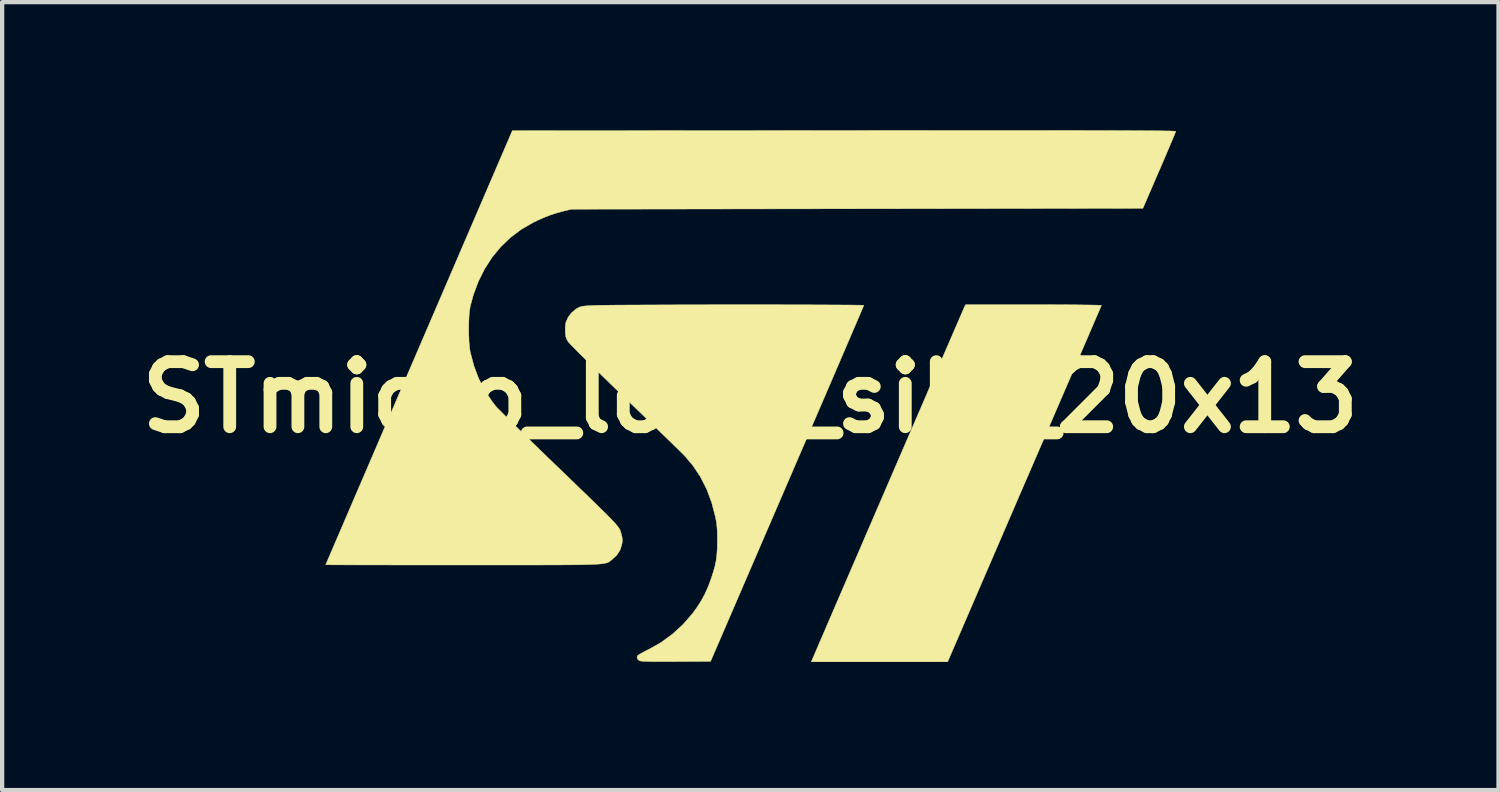
<source format=kicad_pcb>
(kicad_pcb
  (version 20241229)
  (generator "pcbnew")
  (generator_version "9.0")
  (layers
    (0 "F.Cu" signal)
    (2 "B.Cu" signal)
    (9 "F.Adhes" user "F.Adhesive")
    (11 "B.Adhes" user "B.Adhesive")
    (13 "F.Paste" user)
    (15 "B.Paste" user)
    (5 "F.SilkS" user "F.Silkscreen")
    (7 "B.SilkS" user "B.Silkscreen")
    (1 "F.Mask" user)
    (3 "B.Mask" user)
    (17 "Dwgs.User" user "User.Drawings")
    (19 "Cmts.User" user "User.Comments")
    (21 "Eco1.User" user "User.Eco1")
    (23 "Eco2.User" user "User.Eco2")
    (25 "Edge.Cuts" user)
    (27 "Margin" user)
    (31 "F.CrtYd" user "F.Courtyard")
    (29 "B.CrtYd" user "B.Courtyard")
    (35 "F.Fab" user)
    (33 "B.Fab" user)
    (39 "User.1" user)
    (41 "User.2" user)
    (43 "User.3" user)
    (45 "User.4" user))
  (footprint "STmicro_logo_silk_20x13"
    (layer "F.Cu")
    (at 14.522 6.254)
    (property "Reference" "STmicro_logo_silk_20x13" (at 0 0 0) (layer "F.SilkS") (effects (font (size 1.524 1.524) (thickness 0.3))))
    (attr through_hole)
    (fp_poly (pts (xy 6.888 -2.169) (xy 7.128 -2.168) (xy 7.35 -2.167) (xy 7.554 -2.166) (xy 7.735 -2.164) (xy 7.892 -2.162) (xy 8.022 -2.16) (xy 8.122 -2.158) (xy 8.189 -2.155) (xy 8.22 -2.153) (xy 8.222 -2.152) (xy 8.214 -2.133) (xy 8.191 -2.079) (xy 8.154 -1.993) (xy 8.103 -1.875) (xy 8.04 -1.728) (xy 7.965 -1.554) (xy 7.878 -1.352) (xy 7.78 -1.126) (xy 7.673 -0.877) (xy 7.556 -0.606) (xy 7.43 -0.315) (xy 7.297 -0.006) (xy 7.156 0.32) (xy 7.009 0.661) (xy 6.856 1.017) (xy 6.697 1.384) (xy 6.534 1.762) (xy 6.418 2.029) (xy 4.621 6.194) (xy 1.428 6.194) (xy 1.493 6.042) (xy 1.539 5.935) (xy 1.597 5.798) (xy 1.668 5.635) (xy 1.749 5.447) (xy 1.839 5.236) (xy 1.939 5.005) (xy 2.047 4.754) (xy 2.163 4.486) (xy 2.285 4.203) (xy 2.413 3.906) (xy 2.546 3.599) (xy 2.682 3.282) (xy 2.822 2.958) (xy 2.964 2.628) (xy 3.108 2.295) (xy 3.253 1.96) (xy 3.397 1.626) (xy 3.54 1.294) (xy 3.682 0.966) (xy 3.821 0.645) (xy 3.956 0.332) (xy 4.087 0.029) (xy 4.212 -0.263) (xy 4.332 -0.54) (xy 4.445 -0.801) (xy 4.55 -1.044) (xy 4.647 -1.267) (xy 4.734 -1.469) (xy 4.811 -1.647) (xy 4.877 -1.799) (xy 4.931 -1.924) (xy 4.972 -2.019) (xy 5 -2.083) (xy 5.013 -2.113) (xy 5.014 -2.115) (xy 5.042 -2.169) (xy 6.635 -2.169) (xy 6.888 -2.169)) (stroke (width 0.01) (type solid)) (fill yes) (layer "F.SilkS"))
    (fp_poly (pts (xy 0.339 -2.167) (xy 0.629 -2.167) (xy 0.91 -2.166) (xy 1.179 -2.166) (xy 1.433 -2.165) (xy 1.67 -2.164) (xy 1.888 -2.163) (xy 2.084 -2.162) (xy 2.255 -2.161) (xy 2.4 -2.16) (xy 2.515 -2.158) (xy 2.597 -2.157) (xy 2.645 -2.155) (xy 2.657 -2.154) (xy 2.65 -2.135) (xy 2.627 -2.081) (xy 2.591 -1.995) (xy 2.541 -1.878) (xy 2.478 -1.731) (xy 2.403 -1.557) (xy 2.317 -1.355) (xy 2.22 -1.13) (xy 2.113 -0.881) (xy 1.997 -0.61) (xy 1.872 -0.319) (xy 1.739 -0.01) (xy 1.598 0.316) (xy 1.451 0.657) (xy 1.299 1.012) (xy 1.14 1.38) (xy 0.978 1.757) (xy 0.863 2.023) (xy -0.931 6.184) (xy -1.74 6.189) (xy -1.953 6.19) (xy -2.129 6.19) (xy -2.272 6.189) (xy -2.385 6.187) (xy -2.471 6.184) (xy -2.534 6.18) (xy -2.575 6.175) (xy -2.597 6.169) (xy -2.598 6.169) (xy -2.642 6.131) (xy -2.654 6.085) (xy -2.637 6.047) (xy -2.612 6.028) (xy -2.558 5.997) (xy -2.484 5.957) (xy -2.397 5.912) (xy -2.377 5.903) (xy -2.09 5.741) (xy -1.822 5.545) (xy -1.577 5.32) (xy -1.357 5.068) (xy -1.252 4.924) (xy -1.149 4.764) (xy -1.064 4.606) (xy -0.988 4.436) (xy -0.919 4.251) (xy -0.868 4.094) (xy -0.829 3.958) (xy -0.803 3.832) (xy -0.786 3.705) (xy -0.776 3.563) (xy -0.773 3.397) (xy -0.773 3.361) (xy -0.773 3.221) (xy -0.776 3.111) (xy -0.783 3.019) (xy -0.793 2.934) (xy -0.808 2.847) (xy -0.817 2.804) (xy -0.906 2.463) (xy -1.024 2.148) (xy -1.171 1.859) (xy -1.347 1.596) (xy -1.53 1.38) (xy -1.565 1.344) (xy -1.626 1.284) (xy -1.71 1.201) (xy -1.816 1.097) (xy -1.941 0.976) (xy -2.083 0.838) (xy -2.239 0.687) (xy -2.407 0.524) (xy -2.585 0.352) (xy -2.77 0.173) (xy -2.939 0.011) (xy -3.127 -0.171) (xy -3.308 -0.346) (xy -3.48 -0.514) (xy -3.641 -0.671) (xy -3.788 -0.815) (xy -3.919 -0.945) (xy -4.033 -1.058) (xy -4.127 -1.153) (xy -4.199 -1.227) (xy -4.246 -1.277) (xy -4.268 -1.303) (xy -4.302 -1.363) (xy -4.322 -1.422) (xy -4.332 -1.496) (xy -4.334 -1.533) (xy -4.335 -1.617) (xy -4.329 -1.698) (xy -4.32 -1.752) (xy -4.269 -1.871) (xy -4.188 -1.979) (xy -4.086 -2.065) (xy -4.064 -2.078) (xy -4.025 -2.1) (xy -3.99 -2.116) (xy -3.952 -2.127) (xy -3.904 -2.135) (xy -3.84 -2.141) (xy -3.752 -2.146) (xy -3.633 -2.151) (xy -3.605 -2.152) (xy -3.539 -2.154) (xy -3.44 -2.156) (xy -3.309 -2.157) (xy -3.151 -2.159) (xy -2.966 -2.16) (xy -2.759 -2.161) (xy -2.531 -2.162) (xy -2.284 -2.163) (xy -2.022 -2.164) (xy -1.747 -2.165) (xy -1.461 -2.166) (xy -1.166 -2.166) (xy -0.867 -2.167) (xy -0.564 -2.167) (xy -0.26 -2.167) (xy 0.041 -2.167) (xy 0.339 -2.167)) (stroke (width 0.01) (type solid)) (fill yes) (layer "F.SilkS"))
    (fp_poly (pts (xy 6.174 -6.249) (xy 6.605 -6.249) (xy 7.005 -6.248) (xy 7.375 -6.248) (xy 7.715 -6.248) (xy 8.028 -6.247) (xy 8.312 -6.247) (xy 8.57 -6.246) (xy 8.803 -6.245) (xy 9.011 -6.244) (xy 9.196 -6.243) (xy 9.358 -6.242) (xy 9.499 -6.241) (xy 9.619 -6.24) (xy 9.719 -6.238) (xy 9.801 -6.237) (xy 9.865 -6.235) (xy 9.912 -6.233) (xy 9.943 -6.231) (xy 9.96 -6.229) (xy 9.963 -6.228) (xy 9.955 -6.206) (xy 9.934 -6.151) (xy 9.899 -6.068) (xy 9.853 -5.959) (xy 9.798 -5.829) (xy 9.735 -5.68) (xy 9.665 -5.517) (xy 9.59 -5.343) (xy 9.577 -5.314) (xy 9.193 -4.425) (xy -4.191 -4.405) (xy -4.396 -4.354) (xy -4.55 -4.312) (xy -4.688 -4.267) (xy -4.825 -4.214) (xy -4.973 -4.148) (xy -5.09 -4.091) (xy -5.364 -3.933) (xy -5.616 -3.744) (xy -5.843 -3.526) (xy -6.046 -3.281) (xy -6.221 -3.009) (xy -6.369 -2.714) (xy -6.487 -2.397) (xy -6.56 -2.128) (xy -6.575 -2.031) (xy -6.587 -1.904) (xy -6.593 -1.758) (xy -6.596 -1.602) (xy -6.593 -1.444) (xy -6.587 -1.295) (xy -6.575 -1.164) (xy -6.56 -1.06) (xy -6.559 -1.056) (xy -6.473 -0.734) (xy -6.361 -0.437) (xy -6.22 -0.161) (xy -6.047 0.099) (xy -5.965 0.205) (xy -5.937 0.236) (xy -5.883 0.292) (xy -5.804 0.371) (xy -5.705 0.47) (xy -5.586 0.587) (xy -5.45 0.721) (xy -5.3 0.868) (xy -5.137 1.027) (xy -4.963 1.196) (xy -4.782 1.372) (xy -4.64 1.509) (xy -4.397 1.743) (xy -4.181 1.951) (xy -3.99 2.136) (xy -3.822 2.298) (xy -3.676 2.44) (xy -3.55 2.563) (xy -3.442 2.669) (xy -3.352 2.759) (xy -3.277 2.834) (xy -3.216 2.898) (xy -3.167 2.951) (xy -3.129 2.995) (xy -3.1 3.031) (xy -3.078 3.061) (xy -3.063 3.088) (xy -3.051 3.111) (xy -3.043 3.134) (xy -3.035 3.158) (xy -3.029 3.179) (xy -3.007 3.26) (xy -2.998 3.323) (xy -3 3.387) (xy -3.007 3.435) (xy -3.048 3.572) (xy -3.125 3.694) (xy -3.237 3.799) (xy -3.24 3.801) (xy -3.261 3.817) (xy -3.279 3.832) (xy -3.297 3.845) (xy -3.315 3.857) (xy -3.337 3.868) (xy -3.363 3.877) (xy -3.396 3.886) (xy -3.437 3.893) (xy -3.488 3.9) (xy -3.55 3.906) (xy -3.627 3.91) (xy -3.719 3.914) (xy -3.828 3.918) (xy -3.956 3.921) (xy -4.105 3.923) (xy -4.277 3.924) (xy -4.473 3.926) (xy -4.696 3.926) (xy -4.946 3.927) (xy -5.227 3.927) (xy -5.539 3.927) (xy -5.885 3.927) (xy -6.265 3.927) (xy -6.683 3.927) (xy -6.735 3.927) (xy -7.086 3.927) (xy -7.426 3.927) (xy -7.753 3.927) (xy -8.066 3.927) (xy -8.362 3.927) (xy -8.639 3.926) (xy -8.895 3.926) (xy -9.128 3.926) (xy -9.336 3.925) (xy -9.517 3.925) (xy -9.669 3.924) (xy -9.789 3.924) (xy -9.877 3.923) (xy -9.929 3.923) (xy -9.945 3.922) (xy -9.937 3.904) (xy -9.915 3.852) (xy -9.878 3.766) (xy -9.828 3.649) (xy -9.764 3.501) (xy -9.689 3.325) (xy -9.601 3.122) (xy -9.503 2.892) (xy -9.394 2.639) (xy -9.275 2.362) (xy -9.146 2.063) (xy -9.009 1.745) (xy -8.864 1.407) (xy -8.712 1.053) (xy -8.553 0.682) (xy -8.387 0.297) (xy -8.216 -0.101) (xy -8.04 -0.51) (xy -7.859 -0.93) (xy -7.759 -1.163) (xy -5.574 -6.243) (xy 2.195 -6.247) (xy 2.873 -6.248) (xy 3.513 -6.248) (xy 4.115 -6.248) (xy 4.682 -6.249) (xy 5.213 -6.249) (xy 5.71 -6.249) (xy 6.174 -6.249)) (stroke (width 0.01) (type solid)) (fill yes) (layer "F.SilkS")))
  (gr_rect
    (start -3 -3)
    (end 32.043 15.453)
    (stroke (width 0.1) (type default))
    (fill no)
    (layer "Edge.Cuts")))
</source>
